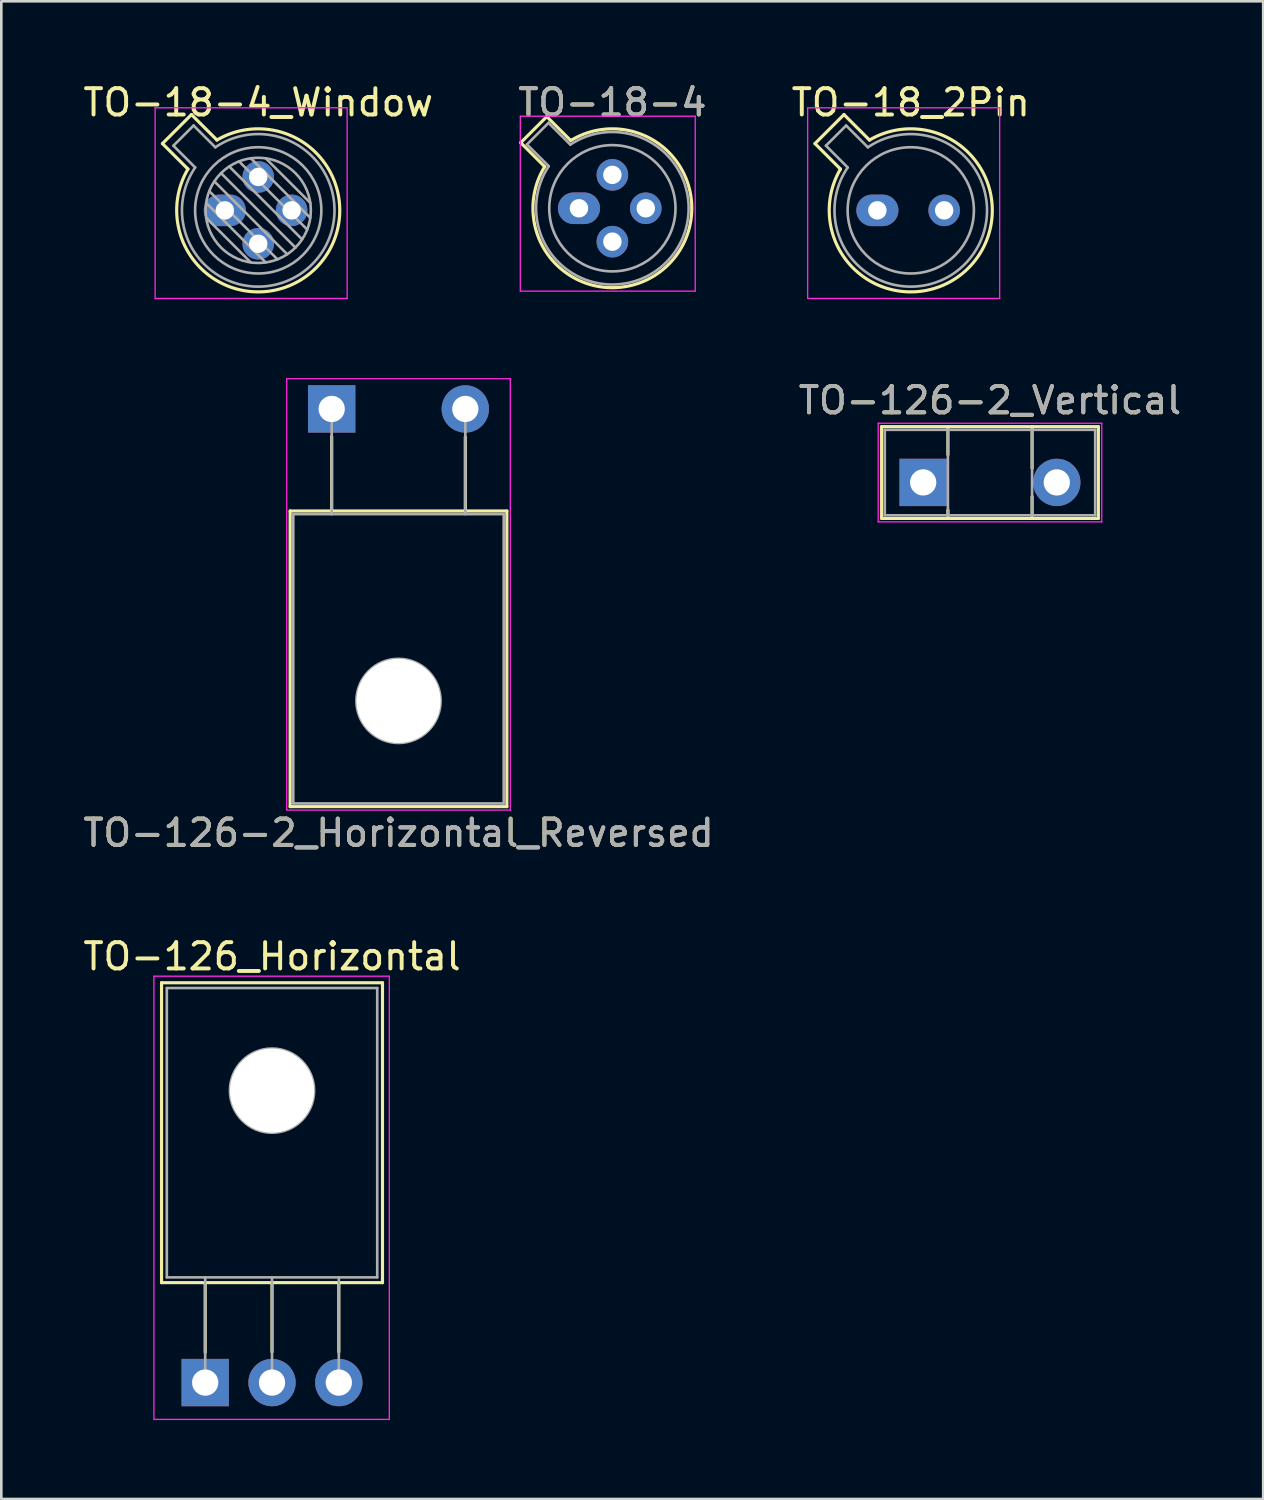
<source format=kicad_pcb>
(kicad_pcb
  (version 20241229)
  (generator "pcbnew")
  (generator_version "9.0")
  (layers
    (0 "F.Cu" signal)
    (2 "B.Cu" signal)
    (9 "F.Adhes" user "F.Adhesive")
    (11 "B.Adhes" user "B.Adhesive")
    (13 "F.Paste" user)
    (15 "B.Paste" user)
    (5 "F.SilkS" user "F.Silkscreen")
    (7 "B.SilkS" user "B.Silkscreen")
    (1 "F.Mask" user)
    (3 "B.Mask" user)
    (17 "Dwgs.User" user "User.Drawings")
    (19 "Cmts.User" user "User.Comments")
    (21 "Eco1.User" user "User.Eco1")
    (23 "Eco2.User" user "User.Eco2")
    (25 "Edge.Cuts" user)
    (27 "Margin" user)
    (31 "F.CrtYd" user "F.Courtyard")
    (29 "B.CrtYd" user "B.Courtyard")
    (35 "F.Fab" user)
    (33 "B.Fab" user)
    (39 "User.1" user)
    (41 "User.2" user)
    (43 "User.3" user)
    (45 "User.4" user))
  (footprint "TO-18_2Pin"
    (layer "F.Cu")
    (at 30.307 4.948)
    (property "Reference" "TO-18_2Pin" (at 1.27 -4.1 0) (layer "F.SilkS") (effects (font (size 1 1) (thickness 0.15))))
    (attr through_hole)
    (fp_line (start -2.372 -2.539) (end -1.403 -1.57) (stroke (width 0.12) (type solid)) (layer "F.SilkS"))
    (fp_line (start -1.269 -3.642) (end -2.372 -2.539) (stroke (width 0.12) (type solid)) (layer "F.SilkS"))
    (fp_line (start -0.3 -2.673) (end -1.269 -3.642) (stroke (width 0.12) (type solid)) (layer "F.SilkS"))
    (fp_arc (start -0.299966 -2.673052) (mid 3.462031 2.192031) (end -1.403052 -1.569965) (stroke (width 0.12) (type solid)) (layer "F.SilkS"))
    (fp_line (start -2.65 -3.9) (end -2.65 3.35) (stroke (width 0.05) (type solid)) (layer "F.CrtYd"))
    (fp_line (start -2.65 3.35) (end 4.65 3.35) (stroke (width 0.05) (type solid)) (layer "F.CrtYd"))
    (fp_line (start 4.65 -3.9) (end -2.65 -3.9) (stroke (width 0.05) (type solid)) (layer "F.CrtYd"))
    (fp_line (start 4.65 3.35) (end 4.65 -3.9) (stroke (width 0.05) (type solid)) (layer "F.CrtYd"))
    (fp_line (start -1.955 -2.458) (end -1.128 -1.631) (stroke (width 0.1) (type solid)) (layer "F.Fab"))
    (fp_line (start -1.188 -3.225) (end -1.955 -2.458) (stroke (width 0.1) (type solid)) (layer "F.Fab"))
    (fp_line (start -0.361 -2.398) (end -1.188 -3.225) (stroke (width 0.1) (type solid)) (layer "F.Fab"))
    (fp_arc (start -0.360736 -2.398061) (mid 3.320609 2.050609) (end -1.128061 -1.630736) (stroke (width 0.1) (type solid)) (layer "F.Fab"))
    (fp_circle (center 1.27 0) (end 3.67 0) (stroke (width 0.1) (type solid)) (fill no) (layer "F.Fab"))
    (pad "1" thru_hole oval (at 0 0) (size 1.6 1.2) (drill 0.7) (layers "*.Cu" "*.Mask"))
    (pad "2" thru_hole oval (at 2.54 0) (size 1.2 1.2) (drill 0.7) (layers "*.Cu" "*.Mask")))
  (footprint "TO-18-4"
    (layer "F.Cu")
    (at 18.962 4.868)
    (property "Reference" "TO-18-4" (at 1.27 -4.02 0) (layer "F.SilkS") (effects (font (size 1 1) (thickness 0.15))))
    (attr through_hole)
    (fp_line (start -2.214 -2.494) (end -1.302 -1.582) (stroke (width 0.12) (type solid)) (layer "F.SilkS"))
    (fp_line (start -1.224 -3.484) (end -2.214 -2.494) (stroke (width 0.12) (type solid)) (layer "F.SilkS"))
    (fp_line (start -0.312 -2.572) (end -1.224 -3.484) (stroke (width 0.12) (type solid)) (layer "F.SilkS"))
    (fp_arc (start -0.312331 -2.572281) (mid 3.405374 2.135551) (end -1.30215 -1.582544) (stroke (width 0.12) (type solid)) (layer "F.SilkS"))
    (fp_line (start -2.23 -3.5) (end -2.23 3.15) (stroke (width 0.05) (type solid)) (layer "F.CrtYd"))
    (fp_line (start -2.23 3.15) (end 4.42 3.15) (stroke (width 0.05) (type solid)) (layer "F.CrtYd"))
    (fp_line (start 4.42 -3.5) (end -2.23 -3.5) (stroke (width 0.05) (type solid)) (layer "F.CrtYd"))
    (fp_line (start 4.42 3.15) (end 4.42 -3.5) (stroke (width 0.05) (type solid)) (layer "F.CrtYd"))
    (fp_line (start -1.977 -2.426) (end -1.149 -1.599) (stroke (width 0.1) (type solid)) (layer "F.Fab"))
    (fp_line (start -1.156 -3.247) (end -1.977 -2.426) (stroke (width 0.1) (type solid)) (layer "F.Fab"))
    (fp_line (start -0.329 -2.419) (end -1.156 -3.247) (stroke (width 0.1) (type solid)) (layer "F.Fab"))
    (fp_arc (start -0.329057 -2.419301) (mid 3.321076 2.050143) (end -1.150029 -1.597956) (stroke (width 0.1) (type solid)) (layer "F.Fab"))
    (fp_circle (center 1.27 0) (end 3.67 0) (stroke (width 0.1) (type solid)) (fill no) (layer "F.Fab"))
    (fp_text user "${REFERENCE}" (at 1.27 -4.02 0) (layer "F.Fab") (effects (font (size 1 1) (thickness 0.15))))
    (pad "1" thru_hole oval (at 0 0) (size 1.6 1.2) (drill 0.7) (layers "*.Cu" "*.Mask"))
    (pad "2" thru_hole oval (at 1.27 1.27) (size 1.2 1.2) (drill 0.7) (layers "*.Cu" "*.Mask"))
    (pad "3" thru_hole oval (at 2.54 0) (size 1.2 1.2) (drill 0.7) (layers "*.Cu" "*.Mask"))
    (pad "4" thru_hole oval (at 1.27 -1.27) (size 1.2 1.2) (drill 0.7) (layers "*.Cu" "*.Mask")))
  (footprint "TO-18-4_Window"
    (layer "F.Cu")
    (at 5.498 4.948)
    (property "Reference" "TO-18-4_Window" (at 1.27 -4.1 0) (layer "F.SilkS") (effects (font (size 1 1) (thickness 0.15))))
    (attr through_hole)
    (fp_line (start -2.372 -2.539) (end -1.403 -1.57) (stroke (width 0.12) (type solid)) (layer "F.SilkS"))
    (fp_line (start -1.269 -3.642) (end -2.372 -2.539) (stroke (width 0.12) (type solid)) (layer "F.SilkS"))
    (fp_line (start -0.3 -2.673) (end -1.269 -3.642) (stroke (width 0.12) (type solid)) (layer "F.SilkS"))
    (fp_arc (start -0.299966 -2.673052) (mid 3.461152 2.19291) (end -1.401792 -1.572109) (stroke (width 0.12) (type solid)) (layer "F.SilkS"))
    (fp_line (start -2.65 -3.9) (end -2.65 3.35) (stroke (width 0.05) (type solid)) (layer "F.CrtYd"))
    (fp_line (start -2.65 3.35) (end 4.65 3.35) (stroke (width 0.05) (type solid)) (layer "F.CrtYd"))
    (fp_line (start 4.65 -3.9) (end -2.65 -3.9) (stroke (width 0.05) (type solid)) (layer "F.CrtYd"))
    (fp_line (start 4.65 3.35) (end 4.65 -3.9) (stroke (width 0.05) (type solid)) (layer "F.CrtYd"))
    (fp_line (start -1.955 -2.458) (end -1.128 -1.631) (stroke (width 0.1) (type solid)) (layer "F.Fab"))
    (fp_line (start -1.188 -3.225) (end -1.955 -2.458) (stroke (width 0.1) (type solid)) (layer "F.Fab"))
    (fp_line (start -0.71 -0.283) (end 1.553 1.98) (stroke (width 0.1) (type solid)) (layer "F.Fab"))
    (fp_line (start -0.71 0.283) (end 0.987 1.98) (stroke (width 0.1) (type solid)) (layer "F.Fab"))
    (fp_line (start -0.592 -0.731) (end 2.001 1.862) (stroke (width 0.1) (type solid)) (layer "F.Fab"))
    (fp_line (start -0.399 -1.103) (end 2.373 1.669) (stroke (width 0.1) (type solid)) (layer "F.Fab"))
    (fp_line (start -0.361 -2.398) (end -1.188 -3.225) (stroke (width 0.1) (type solid)) (layer "F.Fab"))
    (fp_line (start -0.145 -1.415) (end 2.685 1.415) (stroke (width 0.1) (type solid)) (layer "F.Fab"))
    (fp_line (start 0.167 -1.669) (end 2.939 1.103) (stroke (width 0.1) (type solid)) (layer "F.Fab"))
    (fp_line (start 0.539 -1.862) (end 3.132 0.731) (stroke (width 0.1) (type solid)) (layer "F.Fab"))
    (fp_line (start 0.987 -1.98) (end 3.25 0.283) (stroke (width 0.1) (type solid)) (layer "F.Fab"))
    (fp_line (start 1.553 -1.98) (end 3.25 -0.283) (stroke (width 0.1) (type solid)) (layer "F.Fab"))
    (fp_arc (start -0.360736 -2.398061) (mid 3.321203 2.050015) (end -1.129005 -1.629347) (stroke (width 0.1) (type solid)) (layer "F.Fab"))
    (fp_circle (center 1.27 0) (end 3.27 0) (stroke (width 0.1) (type solid)) (fill no) (layer "F.Fab"))
    (fp_circle (center 1.27 0) (end 3.67 0) (stroke (width 0.1) (type solid)) (fill no) (layer "F.Fab"))
    (pad "1" thru_hole oval (at 0 0) (size 1.6 1.2) (drill 0.7) (layers "*.Cu" "*.Mask"))
    (pad "2" thru_hole oval (at 1.27 1.27) (size 1.2 1.2) (drill 0.7) (layers "*.Cu" "*.Mask"))
    (pad "3" thru_hole oval (at 2.54 0) (size 1.2 1.2) (drill 0.7) (layers "*.Cu" "*.Mask"))
    (pad "4" thru_hole oval (at 1.27 -1.27) (size 1.2 1.2) (drill 0.7) (layers "*.Cu" "*.Mask")))
  (footprint "TO-126_Horizontal"
    (layer "F.Cu")
    (at 4.752 49.515)
    (property "Reference" "TO-126_Horizontal" (at 2.54 -16.2 0) (layer "F.SilkS") (effects (font (size 1 1) (thickness 0.15))))
    (attr through_hole)
    (fp_line (start -1.66 -15.2) (end -1.66 -3.8) (stroke (width 0.12) (type solid)) (layer "F.SilkS"))
    (fp_line (start -1.66 -15.2) (end 6.74 -15.2) (stroke (width 0.12) (type solid)) (layer "F.SilkS"))
    (fp_line (start -1.66 -3.8) (end 6.74 -3.8) (stroke (width 0.12) (type solid)) (layer "F.SilkS"))
    (fp_line (start 0 -3.8) (end 0 -1.15) (stroke (width 0.12) (type solid)) (layer "F.SilkS"))
    (fp_line (start 2.54 -3.8) (end 2.54 -1.165) (stroke (width 0.12) (type solid)) (layer "F.SilkS"))
    (fp_line (start 5.08 -3.8) (end 5.08 -1.165) (stroke (width 0.12) (type solid)) (layer "F.SilkS"))
    (fp_line (start 6.74 -15.2) (end 6.74 -3.8) (stroke (width 0.12) (type solid)) (layer "F.SilkS"))
    (fp_line (start -1.95 -15.45) (end -1.95 1.4) (stroke (width 0.05) (type solid)) (layer "F.CrtYd"))
    (fp_line (start -1.95 1.4) (end 7 1.4) (stroke (width 0.05) (type solid)) (layer "F.CrtYd"))
    (fp_line (start 7 -15.45) (end -1.95 -15.45) (stroke (width 0.05) (type solid)) (layer "F.CrtYd"))
    (fp_line (start 7 1.4) (end 7 -15.45) (stroke (width 0.05) (type solid)) (layer "F.CrtYd"))
    (fp_line (start -1.46 -15) (end 6.54 -15) (stroke (width 0.1) (type solid)) (layer "F.Fab"))
    (fp_line (start -1.46 -4) (end -1.46 -15) (stroke (width 0.1) (type solid)) (layer "F.Fab"))
    (fp_line (start 0 -4) (end 0 0) (stroke (width 0.1) (type solid)) (layer "F.Fab"))
    (fp_line (start 2.54 -4) (end 2.54 0) (stroke (width 0.1) (type solid)) (layer "F.Fab"))
    (fp_line (start 5.08 -4) (end 5.08 0) (stroke (width 0.1) (type solid)) (layer "F.Fab"))
    (fp_line (start 6.54 -15) (end 6.54 -4) (stroke (width 0.1) (type solid)) (layer "F.Fab"))
    (fp_line (start 6.54 -4) (end -1.46 -4) (stroke (width 0.1) (type solid)) (layer "F.Fab"))
    (fp_circle (center 2.54 -11.1) (end 4.14 -11.1) (stroke (width 0.1) (type solid)) (fill no) (layer "F.Fab"))
    (pad "" np_thru_hole oval (at 2.54 -11.1) (size 3.2 3.2) (drill 3.2) (layers "*.Cu" "*.Mask"))
    (pad "1" thru_hole rect (at 0 0) (size 1.8 1.8) (drill 1) (layers "*.Cu" "*.Mask"))
    (pad "2" thru_hole oval (at 2.54 0) (size 1.8 1.8) (drill 1) (layers "*.Cu" "*.Mask"))
    (pad "3" thru_hole oval (at 5.08 0) (size 1.8 1.8) (drill 1) (layers "*.Cu" "*.Mask")))
  (footprint "TO-126-2_Vertical"
    (layer "F.Cu")
    (at 32.049 15.291)
    (property "Reference" "TO-126-2_Vertical" (at 2.54 -3.12 0) (layer "F.SilkS") (effects (font (size 1 1) (thickness 0.15))))
    (attr through_hole)
    (fp_line (start -1.58 -2.12) (end -1.58 1.37) (stroke (width 0.12) (type solid)) (layer "F.SilkS"))
    (fp_line (start -1.58 -2.12) (end 6.66 -2.12) (stroke (width 0.12) (type solid)) (layer "F.SilkS"))
    (fp_line (start -1.58 1.37) (end 6.66 1.37) (stroke (width 0.12) (type solid)) (layer "F.SilkS"))
    (fp_line (start 0.94 -2.12) (end 0.94 -1.05) (stroke (width 0.12) (type solid)) (layer "F.SilkS"))
    (fp_line (start 0.94 1.05) (end 0.94 1.37) (stroke (width 0.12) (type solid)) (layer "F.SilkS"))
    (fp_line (start 4.141 -2.12) (end 4.141 -0.54) (stroke (width 0.12) (type solid)) (layer "F.SilkS"))
    (fp_line (start 4.141 0.54) (end 4.141 1.37) (stroke (width 0.12) (type solid)) (layer "F.SilkS"))
    (fp_line (start 6.66 -2.12) (end 6.66 1.37) (stroke (width 0.12) (type solid)) (layer "F.SilkS"))
    (fp_line (start -1.71 -2.25) (end -1.71 1.5) (stroke (width 0.05) (type solid)) (layer "F.CrtYd"))
    (fp_line (start -1.71 1.5) (end 6.79 1.5) (stroke (width 0.05) (type solid)) (layer "F.CrtYd"))
    (fp_line (start 6.79 -2.25) (end -1.71 -2.25) (stroke (width 0.05) (type solid)) (layer "F.CrtYd"))
    (fp_line (start 6.79 1.5) (end 6.79 -2.25) (stroke (width 0.05) (type solid)) (layer "F.CrtYd"))
    (fp_line (start -1.46 -2) (end -1.46 1.25) (stroke (width 0.1) (type solid)) (layer "F.Fab"))
    (fp_line (start -1.46 1.25) (end 6.54 1.25) (stroke (width 0.1) (type solid)) (layer "F.Fab"))
    (fp_line (start 0.94 -2) (end 0.94 1.25) (stroke (width 0.1) (type solid)) (layer "F.Fab"))
    (fp_line (start 4.14 -2) (end 4.14 1.25) (stroke (width 0.1) (type solid)) (layer "F.Fab"))
    (fp_line (start 6.54 -2) (end -1.46 -2) (stroke (width 0.1) (type solid)) (layer "F.Fab"))
    (fp_line (start 6.54 1.25) (end 6.54 -2) (stroke (width 0.1) (type solid)) (layer "F.Fab"))
    (fp_text user "${REFERENCE}" (at 2.54 -3.12 0) (layer "F.Fab") (effects (font (size 1 1) (thickness 0.15))))
    (pad "1" thru_hole rect (at 0 0) (size 1.8 1.8) (drill 1) (layers "*.Cu" "*.Mask"))
    (pad "2" thru_hole oval (at 5.08 0) (size 1.8 1.8) (drill 1) (layers "*.Cu" "*.Mask")))
  (footprint "TO-126-2_Horizontal_Reversed"
    (layer "F.Cu")
    (at 9.561 12.498)
    (property "Reference" "TO-126-2_Horizontal_Reversed" (at 2.54 16.12 0) (layer "F.SilkS") (effects (font (size 1 1) (thickness 0.15))))
    (attr through_hole)
    (fp_line (start -1.58 3.88) (end -1.58 15.12) (stroke (width 0.12) (type solid)) (layer "F.SilkS"))
    (fp_line (start -1.58 3.88) (end 6.66 3.88) (stroke (width 0.12) (type solid)) (layer "F.SilkS"))
    (fp_line (start -1.58 15.12) (end 6.66 15.12) (stroke (width 0.12) (type solid)) (layer "F.SilkS"))
    (fp_line (start 0 1.05) (end 0 3.88) (stroke (width 0.12) (type solid)) (layer "F.SilkS"))
    (fp_line (start 5.08 1.066) (end 5.08 3.88) (stroke (width 0.12) (type solid)) (layer "F.SilkS"))
    (fp_line (start 6.66 3.88) (end 6.66 15.12) (stroke (width 0.12) (type solid)) (layer "F.SilkS"))
    (fp_line (start -1.71 -1.15) (end -1.71 15.25) (stroke (width 0.05) (type solid)) (layer "F.CrtYd"))
    (fp_line (start -1.71 15.25) (end 6.79 15.25) (stroke (width 0.05) (type solid)) (layer "F.CrtYd"))
    (fp_line (start 6.79 -1.15) (end -1.71 -1.15) (stroke (width 0.05) (type solid)) (layer "F.CrtYd"))
    (fp_line (start 6.79 15.25) (end 6.79 -1.15) (stroke (width 0.05) (type solid)) (layer "F.CrtYd"))
    (fp_line (start -1.46 4) (end -1.46 15) (stroke (width 0.1) (type solid)) (layer "F.Fab"))
    (fp_line (start -1.46 15) (end 6.54 15) (stroke (width 0.1) (type solid)) (layer "F.Fab"))
    (fp_line (start 0 4) (end 0 0) (stroke (width 0.1) (type solid)) (layer "F.Fab"))
    (fp_line (start 5.08 4) (end 5.08 0) (stroke (width 0.1) (type solid)) (layer "F.Fab"))
    (fp_line (start 6.54 4) (end -1.46 4) (stroke (width 0.1) (type solid)) (layer "F.Fab"))
    (fp_line (start 6.54 15) (end 6.54 4) (stroke (width 0.1) (type solid)) (layer "F.Fab"))
    (fp_circle (center 2.54 11.1) (end 4.14 11.1) (stroke (width 0.1) (type solid)) (fill no) (layer "F.Fab"))
    (fp_text user "${REFERENCE}" (at 2.54 16.12 0) (layer "F.Fab") (effects (font (size 1 1) (thickness 0.15))))
    (pad "" np_thru_hole oval (at 2.54 11.1) (size 3.2 3.2) (drill 3.2) (layers "*.Cu" "*.Mask"))
    (pad "1" thru_hole rect (at 0 0) (size 1.8 1.8) (drill 1) (layers "*.Cu" "*.Mask"))
    (pad "2" thru_hole oval (at 5.08 0) (size 1.8 1.8) (drill 1) (layers "*.Cu" "*.Mask")))
  (gr_rect
    (start -3 -3)
    (end 44.976 53.94)
    (stroke (width 0.1) (type default))
    (fill no)
    (layer "Edge.Cuts")))
</source>
